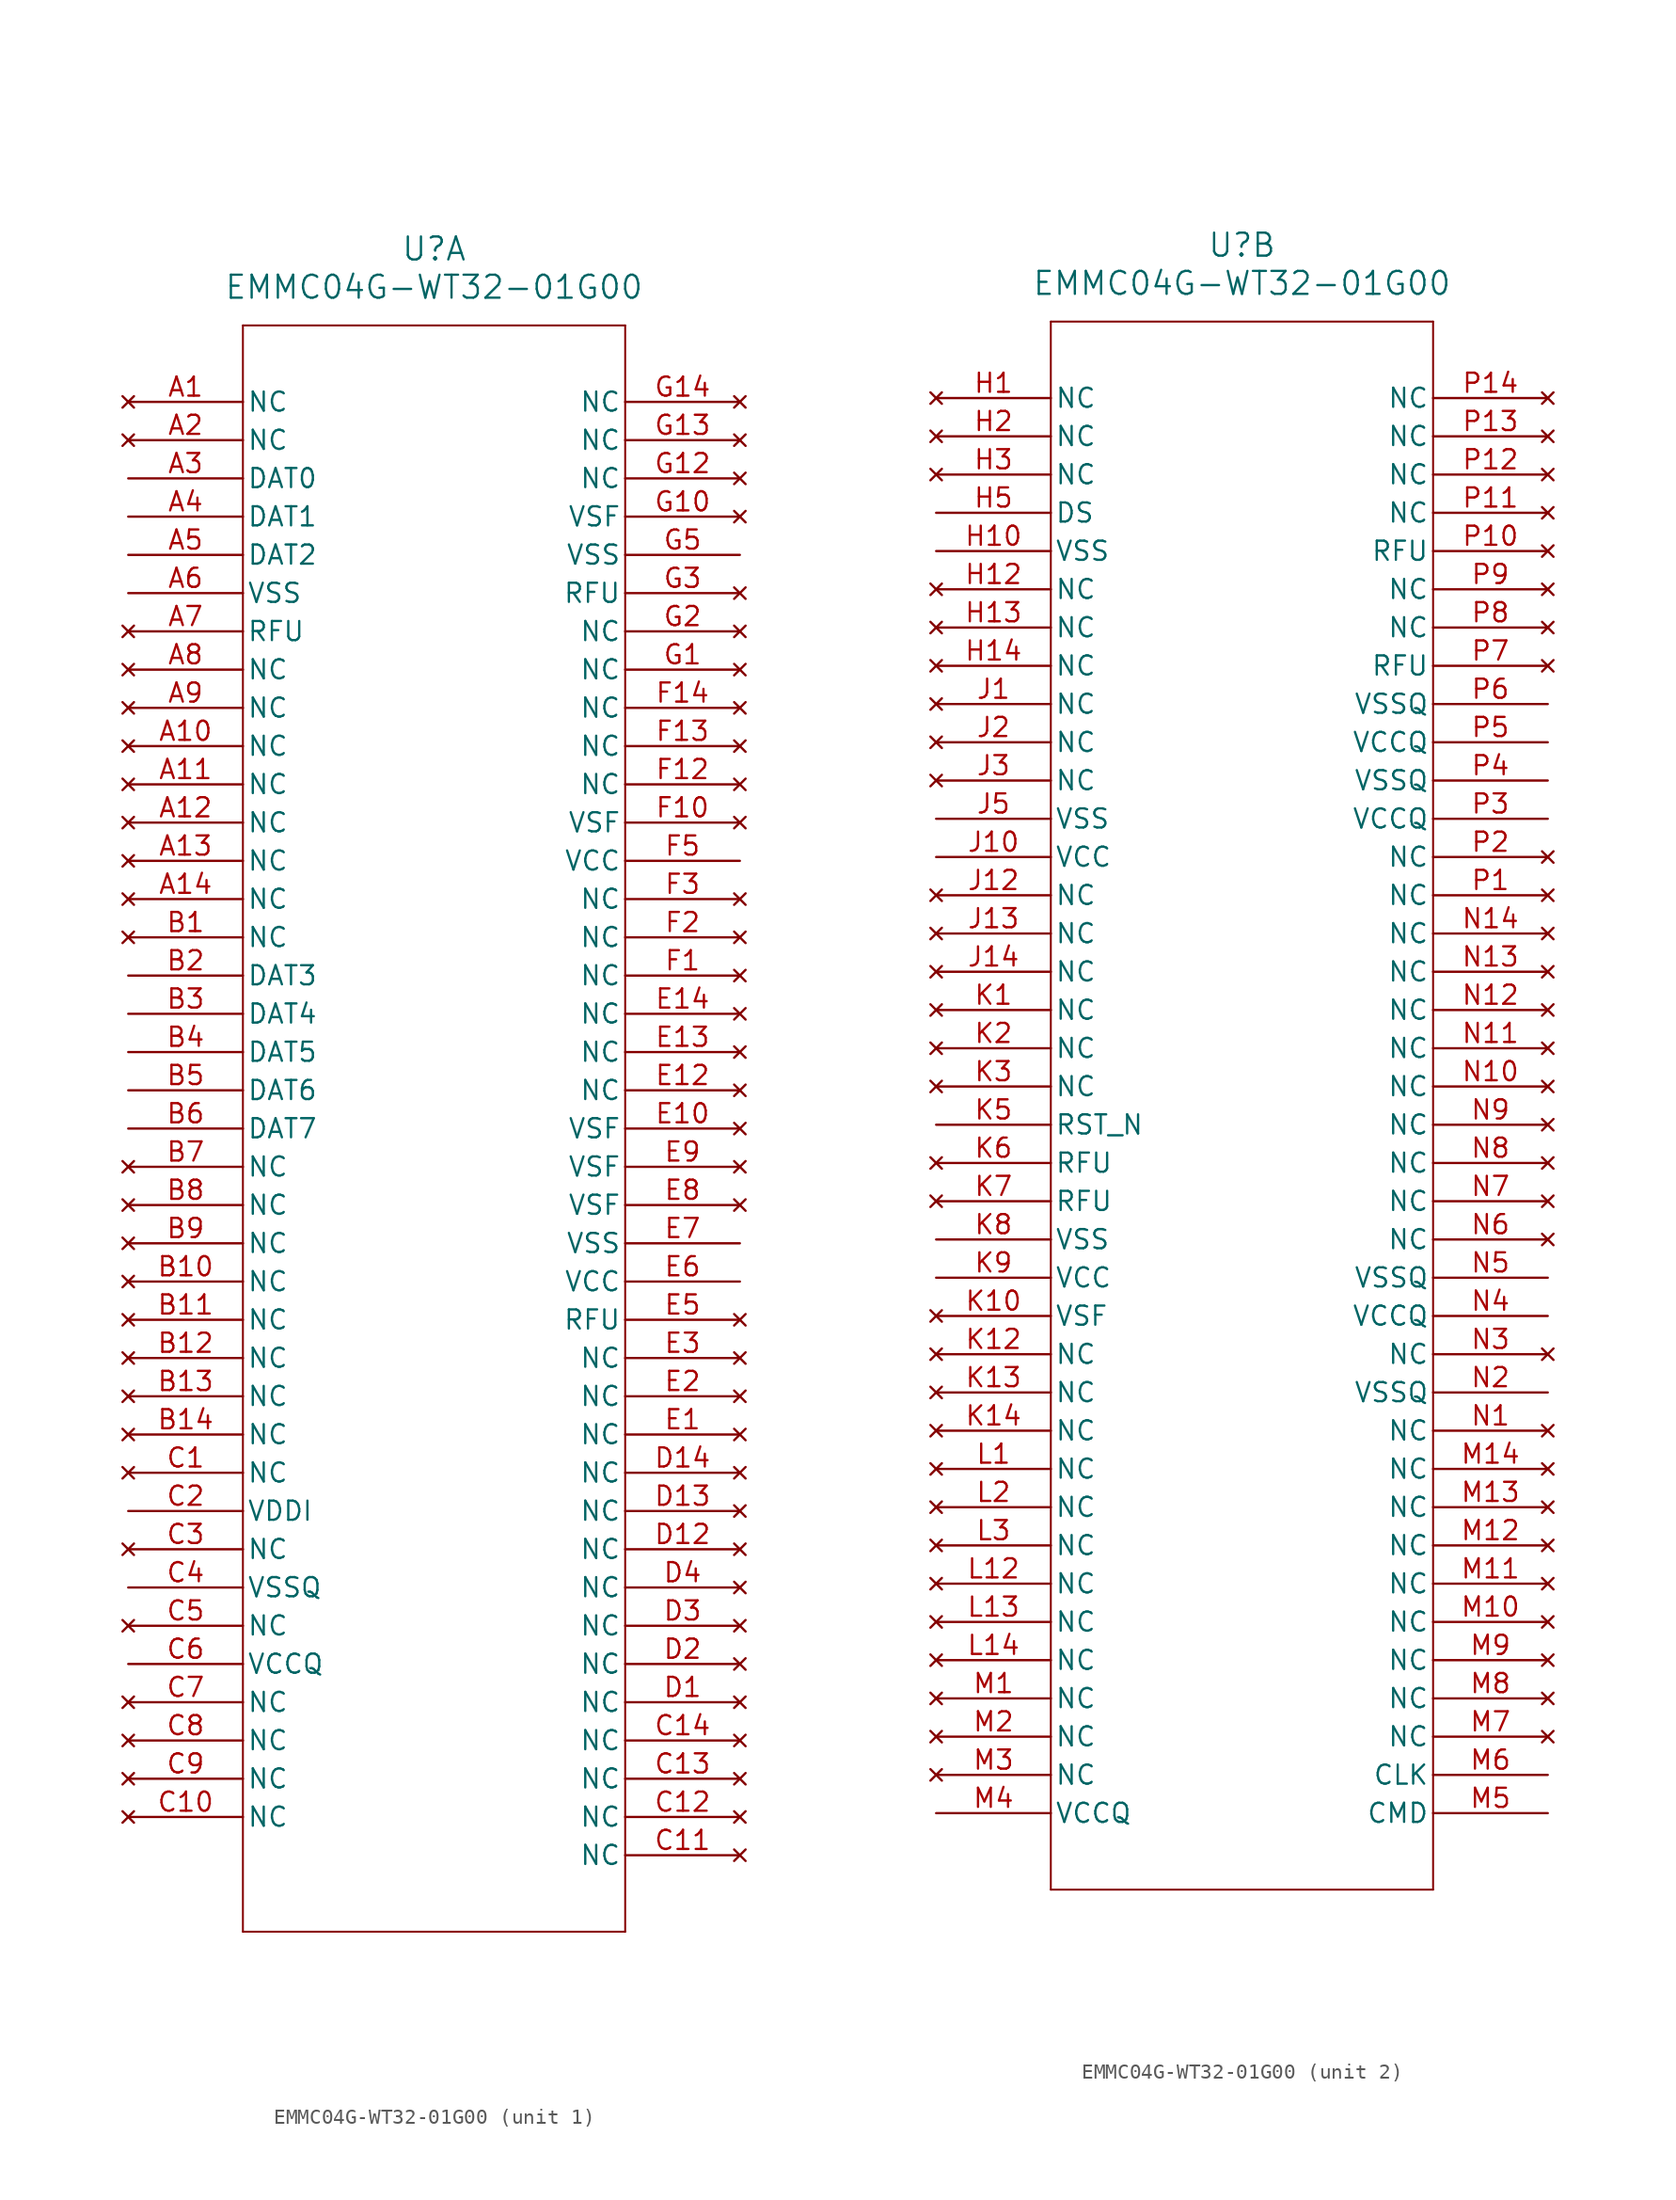
<source format=kicad_sym>
(kicad_symbol_lib
  (version 20211014)
  (generator kicad_symbol_editor)
  (symbol "EMMC04G-WT32-01G00"
    (pin_names
      (offset 0.254))
    (property "Reference" "U"
      (at 20.32 10.16 0)
      (effects (font (size 1.524 1.524))))
    (property "Value" "EMMC04G-WT32-01G00"
      (at 20.32 7.62 0)
      (effects (font (size 1.524 1.524))))
    (symbol "EMMC04G-WT32-01G00_1_1"
      (polyline (pts (xy 7.62 5.08) (xy 7.62 -101.6)) (stroke (width 0.127) (type default) (color 0 0 0 0)) (fill (type none)))
      (polyline (pts (xy 7.62 -101.6) (xy 33.02 -101.6)) (stroke (width 0.127) (type default) (color 0 0 0 0)) (fill (type none)))
      (polyline (pts (xy 33.02 -101.6) (xy 33.02 5.08)) (stroke (width 0.127) (type default) (color 0 0 0 0)) (fill (type none)))
      (polyline (pts (xy 33.02 5.08) (xy 7.62 5.08)) (stroke (width 0.127) (type default) (color 0 0 0 0)) (fill (type none)))
      (pin no_connect line (at 0 0 0) (length 7.62) (name "NC" (effects (font (size 1.27 1.27)))) (number "A1" (effects (font (size 1.27 1.27)))))
      (pin no_connect line (at 0 -2.54 0) (length 7.62) (name "NC" (effects (font (size 1.27 1.27)))) (number "A2" (effects (font (size 1.27 1.27)))))
      (pin bidirectional line (at 0 -5.08 0) (length 7.62) (name "DAT0" (effects (font (size 1.27 1.27)))) (number "A3" (effects (font (size 1.27 1.27)))))
      (pin bidirectional line (at 0 -7.62 0) (length 7.62) (name "DAT1" (effects (font (size 1.27 1.27)))) (number "A4" (effects (font (size 1.27 1.27)))))
      (pin bidirectional line (at 0 -10.16 0) (length 7.62) (name "DAT2" (effects (font (size 1.27 1.27)))) (number "A5" (effects (font (size 1.27 1.27)))))
      (pin power_out line (at 0 -12.7 0) (length 7.62) (name "VSS" (effects (font (size 1.27 1.27)))) (number "A6" (effects (font (size 1.27 1.27)))))
      (pin no_connect line (at 0 -15.24 0) (length 7.62) (name "RFU" (effects (font (size 1.27 1.27)))) (number "A7" (effects (font (size 1.27 1.27)))))
      (pin no_connect line (at 0 -17.78 0) (length 7.62) (name "NC" (effects (font (size 1.27 1.27)))) (number "A8" (effects (font (size 1.27 1.27)))))
      (pin no_connect line (at 0 -20.32 0) (length 7.62) (name "NC" (effects (font (size 1.27 1.27)))) (number "A9" (effects (font (size 1.27 1.27)))))
      (pin no_connect line (at 0 -22.86 0) (length 7.62) (name "NC" (effects (font (size 1.27 1.27)))) (number "A10" (effects (font (size 1.27 1.27)))))
      (pin no_connect line (at 0 -25.4 0) (length 7.62) (name "NC" (effects (font (size 1.27 1.27)))) (number "A11" (effects (font (size 1.27 1.27)))))
      (pin no_connect line (at 0 -27.94 0) (length 7.62) (name "NC" (effects (font (size 1.27 1.27)))) (number "A12" (effects (font (size 1.27 1.27)))))
      (pin no_connect line (at 0 -30.48 0) (length 7.62) (name "NC" (effects (font (size 1.27 1.27)))) (number "A13" (effects (font (size 1.27 1.27)))))
      (pin no_connect line (at 0 -33.02 0) (length 7.62) (name "NC" (effects (font (size 1.27 1.27)))) (number "A14" (effects (font (size 1.27 1.27)))))
      (pin no_connect line (at 0 -35.56 0) (length 7.62) (name "NC" (effects (font (size 1.27 1.27)))) (number "B1" (effects (font (size 1.27 1.27)))))
      (pin bidirectional line (at 0 -38.1 0) (length 7.62) (name "DAT3" (effects (font (size 1.27 1.27)))) (number "B2" (effects (font (size 1.27 1.27)))))
      (pin bidirectional line (at 0 -40.64 0) (length 7.62) (name "DAT4" (effects (font (size 1.27 1.27)))) (number "B3" (effects (font (size 1.27 1.27)))))
      (pin bidirectional line (at 0 -43.18 0) (length 7.62) (name "DAT5" (effects (font (size 1.27 1.27)))) (number "B4" (effects (font (size 1.27 1.27)))))
      (pin bidirectional line (at 0 -45.72 0) (length 7.62) (name "DAT6" (effects (font (size 1.27 1.27)))) (number "B5" (effects (font (size 1.27 1.27)))))
      (pin bidirectional line (at 0 -48.26 0) (length 7.62) (name "DAT7" (effects (font (size 1.27 1.27)))) (number "B6" (effects (font (size 1.27 1.27)))))
      (pin no_connect line (at 0 -50.8 0) (length 7.62) (name "NC" (effects (font (size 1.27 1.27)))) (number "B7" (effects (font (size 1.27 1.27)))))
      (pin no_connect line (at 0 -53.34 0) (length 7.62) (name "NC" (effects (font (size 1.27 1.27)))) (number "B8" (effects (font (size 1.27 1.27)))))
      (pin no_connect line (at 0 -55.88 0) (length 7.62) (name "NC" (effects (font (size 1.27 1.27)))) (number "B9" (effects (font (size 1.27 1.27)))))
      (pin no_connect line (at 0 -58.42 0) (length 7.62) (name "NC" (effects (font (size 1.27 1.27)))) (number "B10" (effects (font (size 1.27 1.27)))))
      (pin no_connect line (at 0 -60.96 0) (length 7.62) (name "NC" (effects (font (size 1.27 1.27)))) (number "B11" (effects (font (size 1.27 1.27)))))
      (pin no_connect line (at 0 -63.5 0) (length 7.62) (name "NC" (effects (font (size 1.27 1.27)))) (number "B12" (effects (font (size 1.27 1.27)))))
      (pin no_connect line (at 0 -66.04 0) (length 7.62) (name "NC" (effects (font (size 1.27 1.27)))) (number "B13" (effects (font (size 1.27 1.27)))))
      (pin no_connect line (at 0 -68.58 0) (length 7.62) (name "NC" (effects (font (size 1.27 1.27)))) (number "B14" (effects (font (size 1.27 1.27)))))
      (pin no_connect line (at 0 -71.12 0) (length 7.62) (name "NC" (effects (font (size 1.27 1.27)))) (number "C1" (effects (font (size 1.27 1.27)))))
      (pin power_in line (at 0 -73.66 0) (length 7.62) (name "VDDI" (effects (font (size 1.27 1.27)))) (number "C2" (effects (font (size 1.27 1.27)))))
      (pin no_connect line (at 0 -76.2 0) (length 7.62) (name "NC" (effects (font (size 1.27 1.27)))) (number "C3" (effects (font (size 1.27 1.27)))))
      (pin power_out line (at 0 -78.74 0) (length 7.62) (name "VSSQ" (effects (font (size 1.27 1.27)))) (number "C4" (effects (font (size 1.27 1.27)))))
      (pin no_connect line (at 0 -81.28 0) (length 7.62) (name "NC" (effects (font (size 1.27 1.27)))) (number "C5" (effects (font (size 1.27 1.27)))))
      (pin power_in line (at 0 -83.82 0) (length 7.62) (name "VCCQ" (effects (font (size 1.27 1.27)))) (number "C6" (effects (font (size 1.27 1.27)))))
      (pin no_connect line (at 0 -86.36 0) (length 7.62) (name "NC" (effects (font (size 1.27 1.27)))) (number "C7" (effects (font (size 1.27 1.27)))))
      (pin no_connect line (at 0 -88.9 0) (length 7.62) (name "NC" (effects (font (size 1.27 1.27)))) (number "C8" (effects (font (size 1.27 1.27)))))
      (pin no_connect line (at 0 -91.44 0) (length 7.62) (name "NC" (effects (font (size 1.27 1.27)))) (number "C9" (effects (font (size 1.27 1.27)))))
      (pin no_connect line (at 0 -93.98 0) (length 7.62) (name "NC" (effects (font (size 1.27 1.27)))) (number "C10" (effects (font (size 1.27 1.27)))))
      (pin no_connect line (at 40.64 -96.52 180) (length 7.62) (name "NC" (effects (font (size 1.27 1.27)))) (number "C11" (effects (font (size 1.27 1.27)))))
      (pin no_connect line (at 40.64 -93.98 180) (length 7.62) (name "NC" (effects (font (size 1.27 1.27)))) (number "C12" (effects (font (size 1.27 1.27)))))
      (pin no_connect line (at 40.64 -91.44 180) (length 7.62) (name "NC" (effects (font (size 1.27 1.27)))) (number "C13" (effects (font (size 1.27 1.27)))))
      (pin no_connect line (at 40.64 -88.9 180) (length 7.62) (name "NC" (effects (font (size 1.27 1.27)))) (number "C14" (effects (font (size 1.27 1.27)))))
      (pin no_connect line (at 40.64 -86.36 180) (length 7.62) (name "NC" (effects (font (size 1.27 1.27)))) (number "D1" (effects (font (size 1.27 1.27)))))
      (pin no_connect line (at 40.64 -83.82 180) (length 7.62) (name "NC" (effects (font (size 1.27 1.27)))) (number "D2" (effects (font (size 1.27 1.27)))))
      (pin no_connect line (at 40.64 -81.28 180) (length 7.62) (name "NC" (effects (font (size 1.27 1.27)))) (number "D3" (effects (font (size 1.27 1.27)))))
      (pin no_connect line (at 40.64 -78.74 180) (length 7.62) (name "NC" (effects (font (size 1.27 1.27)))) (number "D4" (effects (font (size 1.27 1.27)))))
      (pin no_connect line (at 40.64 -76.2 180) (length 7.62) (name "NC" (effects (font (size 1.27 1.27)))) (number "D12" (effects (font (size 1.27 1.27)))))
      (pin no_connect line (at 40.64 -73.66 180) (length 7.62) (name "NC" (effects (font (size 1.27 1.27)))) (number "D13" (effects (font (size 1.27 1.27)))))
      (pin no_connect line (at 40.64 -71.12 180) (length 7.62) (name "NC" (effects (font (size 1.27 1.27)))) (number "D14" (effects (font (size 1.27 1.27)))))
      (pin no_connect line (at 40.64 -68.58 180) (length 7.62) (name "NC" (effects (font (size 1.27 1.27)))) (number "E1" (effects (font (size 1.27 1.27)))))
      (pin no_connect line (at 40.64 -66.04 180) (length 7.62) (name "NC" (effects (font (size 1.27 1.27)))) (number "E2" (effects (font (size 1.27 1.27)))))
      (pin no_connect line (at 40.64 -63.5 180) (length 7.62) (name "NC" (effects (font (size 1.27 1.27)))) (number "E3" (effects (font (size 1.27 1.27)))))
      (pin no_connect line (at 40.64 -60.96 180) (length 7.62) (name "RFU" (effects (font (size 1.27 1.27)))) (number "E5" (effects (font (size 1.27 1.27)))))
      (pin power_in line (at 40.64 -58.42 180) (length 7.62) (name "VCC" (effects (font (size 1.27 1.27)))) (number "E6" (effects (font (size 1.27 1.27)))))
      (pin power_out line (at 40.64 -55.88 180) (length 7.62) (name "VSS" (effects (font (size 1.27 1.27)))) (number "E7" (effects (font (size 1.27 1.27)))))
      (pin no_connect line (at 40.64 -53.34 180) (length 7.62) (name "VSF" (effects (font (size 1.27 1.27)))) (number "E8" (effects (font (size 1.27 1.27)))))
      (pin no_connect line (at 40.64 -50.8 180) (length 7.62) (name "VSF" (effects (font (size 1.27 1.27)))) (number "E9" (effects (font (size 1.27 1.27)))))
      (pin no_connect line (at 40.64 -48.26 180) (length 7.62) (name "VSF" (effects (font (size 1.27 1.27)))) (number "E10" (effects (font (size 1.27 1.27)))))
      (pin no_connect line (at 40.64 -45.72 180) (length 7.62) (name "NC" (effects (font (size 1.27 1.27)))) (number "E12" (effects (font (size 1.27 1.27)))))
      (pin no_connect line (at 40.64 -43.18 180) (length 7.62) (name "NC" (effects (font (size 1.27 1.27)))) (number "E13" (effects (font (size 1.27 1.27)))))
      (pin no_connect line (at 40.64 -40.64 180) (length 7.62) (name "NC" (effects (font (size 1.27 1.27)))) (number "E14" (effects (font (size 1.27 1.27)))))
      (pin no_connect line (at 40.64 -38.1 180) (length 7.62) (name "NC" (effects (font (size 1.27 1.27)))) (number "F1" (effects (font (size 1.27 1.27)))))
      (pin no_connect line (at 40.64 -35.56 180) (length 7.62) (name "NC" (effects (font (size 1.27 1.27)))) (number "F2" (effects (font (size 1.27 1.27)))))
      (pin no_connect line (at 40.64 -33.02 180) (length 7.62) (name "NC" (effects (font (size 1.27 1.27)))) (number "F3" (effects (font (size 1.27 1.27)))))
      (pin power_in line (at 40.64 -30.48 180) (length 7.62) (name "VCC" (effects (font (size 1.27 1.27)))) (number "F5" (effects (font (size 1.27 1.27)))))
      (pin no_connect line (at 40.64 -27.94 180) (length 7.62) (name "VSF" (effects (font (size 1.27 1.27)))) (number "F10" (effects (font (size 1.27 1.27)))))
      (pin no_connect line (at 40.64 -25.4 180) (length 7.62) (name "NC" (effects (font (size 1.27 1.27)))) (number "F12" (effects (font (size 1.27 1.27)))))
      (pin no_connect line (at 40.64 -22.86 180) (length 7.62) (name "NC" (effects (font (size 1.27 1.27)))) (number "F13" (effects (font (size 1.27 1.27)))))
      (pin no_connect line (at 40.64 -20.32 180) (length 7.62) (name "NC" (effects (font (size 1.27 1.27)))) (number "F14" (effects (font (size 1.27 1.27)))))
      (pin no_connect line (at 40.64 -17.78 180) (length 7.62) (name "NC" (effects (font (size 1.27 1.27)))) (number "G1" (effects (font (size 1.27 1.27)))))
      (pin no_connect line (at 40.64 -15.24 180) (length 7.62) (name "NC" (effects (font (size 1.27 1.27)))) (number "G2" (effects (font (size 1.27 1.27)))))
      (pin no_connect line (at 40.64 -12.7 180) (length 7.62) (name "RFU" (effects (font (size 1.27 1.27)))) (number "G3" (effects (font (size 1.27 1.27)))))
      (pin power_out line (at 40.64 -10.16 180) (length 7.62) (name "VSS" (effects (font (size 1.27 1.27)))) (number "G5" (effects (font (size 1.27 1.27)))))
      (pin no_connect line (at 40.64 -7.62 180) (length 7.62) (name "VSF" (effects (font (size 1.27 1.27)))) (number "G10" (effects (font (size 1.27 1.27)))))
      (pin no_connect line (at 40.64 -5.08 180) (length 7.62) (name "NC" (effects (font (size 1.27 1.27)))) (number "G12" (effects (font (size 1.27 1.27)))))
      (pin no_connect line (at 40.64 -2.54 180) (length 7.62) (name "NC" (effects (font (size 1.27 1.27)))) (number "G13" (effects (font (size 1.27 1.27)))))
      (pin no_connect line (at 40.64 0 180) (length 7.62) (name "NC" (effects (font (size 1.27 1.27)))) (number "G14" (effects (font (size 1.27 1.27))))))
    (symbol "EMMC04G-WT32-01G00_2_1"
      (polyline (pts (xy 7.62 5.08) (xy 7.62 -99.06)) (stroke (width 0.127) (type default) (color 0 0 0 0)) (fill (type none)))
      (polyline (pts (xy 7.62 -99.06) (xy 33.02 -99.06)) (stroke (width 0.127) (type default) (color 0 0 0 0)) (fill (type none)))
      (polyline (pts (xy 33.02 -99.06) (xy 33.02 5.08)) (stroke (width 0.127) (type default) (color 0 0 0 0)) (fill (type none)))
      (polyline (pts (xy 33.02 5.08) (xy 7.62 5.08)) (stroke (width 0.127) (type default) (color 0 0 0 0)) (fill (type none)))
      (pin no_connect line (at 0 0 0) (length 7.62) (name "NC" (effects (font (size 1.27 1.27)))) (number "H1" (effects (font (size 1.27 1.27)))))
      (pin no_connect line (at 0 -2.54 0) (length 7.62) (name "NC" (effects (font (size 1.27 1.27)))) (number "H2" (effects (font (size 1.27 1.27)))))
      (pin no_connect line (at 0 -5.08 0) (length 7.62) (name "NC" (effects (font (size 1.27 1.27)))) (number "H3" (effects (font (size 1.27 1.27)))))
      (pin output line (at 0 -7.62 0) (length 7.62) (name "DS" (effects (font (size 1.27 1.27)))) (number "H5" (effects (font (size 1.27 1.27)))))
      (pin power_out line (at 0 -10.16 0) (length 7.62) (name "VSS" (effects (font (size 1.27 1.27)))) (number "H10" (effects (font (size 1.27 1.27)))))
      (pin no_connect line (at 0 -12.7 0) (length 7.62) (name "NC" (effects (font (size 1.27 1.27)))) (number "H12" (effects (font (size 1.27 1.27)))))
      (pin no_connect line (at 0 -15.24 0) (length 7.62) (name "NC" (effects (font (size 1.27 1.27)))) (number "H13" (effects (font (size 1.27 1.27)))))
      (pin no_connect line (at 0 -17.78 0) (length 7.62) (name "NC" (effects (font (size 1.27 1.27)))) (number "H14" (effects (font (size 1.27 1.27)))))
      (pin no_connect line (at 0 -20.32 0) (length 7.62) (name "NC" (effects (font (size 1.27 1.27)))) (number "J1" (effects (font (size 1.27 1.27)))))
      (pin no_connect line (at 0 -22.86 0) (length 7.62) (name "NC" (effects (font (size 1.27 1.27)))) (number "J2" (effects (font (size 1.27 1.27)))))
      (pin no_connect line (at 0 -25.4 0) (length 7.62) (name "NC" (effects (font (size 1.27 1.27)))) (number "J3" (effects (font (size 1.27 1.27)))))
      (pin power_out line (at 0 -27.94 0) (length 7.62) (name "VSS" (effects (font (size 1.27 1.27)))) (number "J5" (effects (font (size 1.27 1.27)))))
      (pin power_in line (at 0 -30.48 0) (length 7.62) (name "VCC" (effects (font (size 1.27 1.27)))) (number "J10" (effects (font (size 1.27 1.27)))))
      (pin no_connect line (at 0 -33.02 0) (length 7.62) (name "NC" (effects (font (size 1.27 1.27)))) (number "J12" (effects (font (size 1.27 1.27)))))
      (pin no_connect line (at 0 -35.56 0) (length 7.62) (name "NC" (effects (font (size 1.27 1.27)))) (number "J13" (effects (font (size 1.27 1.27)))))
      (pin no_connect line (at 0 -38.1 0) (length 7.62) (name "NC" (effects (font (size 1.27 1.27)))) (number "J14" (effects (font (size 1.27 1.27)))))
      (pin no_connect line (at 0 -40.64 0) (length 7.62) (name "NC" (effects (font (size 1.27 1.27)))) (number "K1" (effects (font (size 1.27 1.27)))))
      (pin no_connect line (at 0 -43.18 0) (length 7.62) (name "NC" (effects (font (size 1.27 1.27)))) (number "K2" (effects (font (size 1.27 1.27)))))
      (pin no_connect line (at 0 -45.72 0) (length 7.62) (name "NC" (effects (font (size 1.27 1.27)))) (number "K3" (effects (font (size 1.27 1.27)))))
      (pin input line (at 0 -48.26 0) (length 7.62) (name "RST_N" (effects (font (size 1.27 1.27)))) (number "K5" (effects (font (size 1.27 1.27)))))
      (pin no_connect line (at 0 -50.8 0) (length 7.62) (name "RFU" (effects (font (size 1.27 1.27)))) (number "K6" (effects (font (size 1.27 1.27)))))
      (pin no_connect line (at 0 -53.34 0) (length 7.62) (name "RFU" (effects (font (size 1.27 1.27)))) (number "K7" (effects (font (size 1.27 1.27)))))
      (pin power_out line (at 0 -55.88 0) (length 7.62) (name "VSS" (effects (font (size 1.27 1.27)))) (number "K8" (effects (font (size 1.27 1.27)))))
      (pin power_in line (at 0 -58.42 0) (length 7.62) (name "VCC" (effects (font (size 1.27 1.27)))) (number "K9" (effects (font (size 1.27 1.27)))))
      (pin no_connect line (at 0 -60.96 0) (length 7.62) (name "VSF" (effects (font (size 1.27 1.27)))) (number "K10" (effects (font (size 1.27 1.27)))))
      (pin no_connect line (at 0 -63.5 0) (length 7.62) (name "NC" (effects (font (size 1.27 1.27)))) (number "K12" (effects (font (size 1.27 1.27)))))
      (pin no_connect line (at 0 -66.04 0) (length 7.62) (name "NC" (effects (font (size 1.27 1.27)))) (number "K13" (effects (font (size 1.27 1.27)))))
      (pin no_connect line (at 0 -68.58 0) (length 7.62) (name "NC" (effects (font (size 1.27 1.27)))) (number "K14" (effects (font (size 1.27 1.27)))))
      (pin no_connect line (at 0 -71.12 0) (length 7.62) (name "NC" (effects (font (size 1.27 1.27)))) (number "L1" (effects (font (size 1.27 1.27)))))
      (pin no_connect line (at 0 -73.66 0) (length 7.62) (name "NC" (effects (font (size 1.27 1.27)))) (number "L2" (effects (font (size 1.27 1.27)))))
      (pin no_connect line (at 0 -76.2 0) (length 7.62) (name "NC" (effects (font (size 1.27 1.27)))) (number "L3" (effects (font (size 1.27 1.27)))))
      (pin no_connect line (at 0 -78.74 0) (length 7.62) (name "NC" (effects (font (size 1.27 1.27)))) (number "L12" (effects (font (size 1.27 1.27)))))
      (pin no_connect line (at 0 -81.28 0) (length 7.62) (name "NC" (effects (font (size 1.27 1.27)))) (number "L13" (effects (font (size 1.27 1.27)))))
      (pin no_connect line (at 0 -83.82 0) (length 7.62) (name "NC" (effects (font (size 1.27 1.27)))) (number "L14" (effects (font (size 1.27 1.27)))))
      (pin no_connect line (at 0 -86.36 0) (length 7.62) (name "NC" (effects (font (size 1.27 1.27)))) (number "M1" (effects (font (size 1.27 1.27)))))
      (pin no_connect line (at 0 -88.9 0) (length 7.62) (name "NC" (effects (font (size 1.27 1.27)))) (number "M2" (effects (font (size 1.27 1.27)))))
      (pin no_connect line (at 0 -91.44 0) (length 7.62) (name "NC" (effects (font (size 1.27 1.27)))) (number "M3" (effects (font (size 1.27 1.27)))))
      (pin power_in line (at 0 -93.98 0) (length 7.62) (name "VCCQ" (effects (font (size 1.27 1.27)))) (number "M4" (effects (font (size 1.27 1.27)))))
      (pin bidirectional line (at 40.64 -93.98 180) (length 7.62) (name "CMD" (effects (font (size 1.27 1.27)))) (number "M5" (effects (font (size 1.27 1.27)))))
      (pin input line (at 40.64 -91.44 180) (length 7.62) (name "CLK" (effects (font (size 1.27 1.27)))) (number "M6" (effects (font (size 1.27 1.27)))))
      (pin no_connect line (at 40.64 -88.9 180) (length 7.62) (name "NC" (effects (font (size 1.27 1.27)))) (number "M7" (effects (font (size 1.27 1.27)))))
      (pin no_connect line (at 40.64 -86.36 180) (length 7.62) (name "NC" (effects (font (size 1.27 1.27)))) (number "M8" (effects (font (size 1.27 1.27)))))
      (pin no_connect line (at 40.64 -83.82 180) (length 7.62) (name "NC" (effects (font (size 1.27 1.27)))) (number "M9" (effects (font (size 1.27 1.27)))))
      (pin no_connect line (at 40.64 -81.28 180) (length 7.62) (name "NC" (effects (font (size 1.27 1.27)))) (number "M10" (effects (font (size 1.27 1.27)))))
      (pin no_connect line (at 40.64 -78.74 180) (length 7.62) (name "NC" (effects (font (size 1.27 1.27)))) (number "M11" (effects (font (size 1.27 1.27)))))
      (pin no_connect line (at 40.64 -76.2 180) (length 7.62) (name "NC" (effects (font (size 1.27 1.27)))) (number "M12" (effects (font (size 1.27 1.27)))))
      (pin no_connect line (at 40.64 -73.66 180) (length 7.62) (name "NC" (effects (font (size 1.27 1.27)))) (number "M13" (effects (font (size 1.27 1.27)))))
      (pin no_connect line (at 40.64 -71.12 180) (length 7.62) (name "NC" (effects (font (size 1.27 1.27)))) (number "M14" (effects (font (size 1.27 1.27)))))
      (pin no_connect line (at 40.64 -68.58 180) (length 7.62) (name "NC" (effects (font (size 1.27 1.27)))) (number "N1" (effects (font (size 1.27 1.27)))))
      (pin power_out line (at 40.64 -66.04 180) (length 7.62) (name "VSSQ" (effects (font (size 1.27 1.27)))) (number "N2" (effects (font (size 1.27 1.27)))))
      (pin no_connect line (at 40.64 -63.5 180) (length 7.62) (name "NC" (effects (font (size 1.27 1.27)))) (number "N3" (effects (font (size 1.27 1.27)))))
      (pin power_in line (at 40.64 -60.96 180) (length 7.62) (name "VCCQ" (effects (font (size 1.27 1.27)))) (number "N4" (effects (font (size 1.27 1.27)))))
      (pin power_out line (at 40.64 -58.42 180) (length 7.62) (name "VSSQ" (effects (font (size 1.27 1.27)))) (number "N5" (effects (font (size 1.27 1.27)))))
      (pin no_connect line (at 40.64 -55.88 180) (length 7.62) (name "NC" (effects (font (size 1.27 1.27)))) (number "N6" (effects (font (size 1.27 1.27)))))
      (pin no_connect line (at 40.64 -53.34 180) (length 7.62) (name "NC" (effects (font (size 1.27 1.27)))) (number "N7" (effects (font (size 1.27 1.27)))))
      (pin no_connect line (at 40.64 -50.8 180) (length 7.62) (name "NC" (effects (font (size 1.27 1.27)))) (number "N8" (effects (font (size 1.27 1.27)))))
      (pin no_connect line (at 40.64 -48.26 180) (length 7.62) (name "NC" (effects (font (size 1.27 1.27)))) (number "N9" (effects (font (size 1.27 1.27)))))
      (pin no_connect line (at 40.64 -45.72 180) (length 7.62) (name "NC" (effects (font (size 1.27 1.27)))) (number "N10" (effects (font (size 1.27 1.27)))))
      (pin no_connect line (at 40.64 -43.18 180) (length 7.62) (name "NC" (effects (font (size 1.27 1.27)))) (number "N11" (effects (font (size 1.27 1.27)))))
      (pin no_connect line (at 40.64 -40.64 180) (length 7.62) (name "NC" (effects (font (size 1.27 1.27)))) (number "N12" (effects (font (size 1.27 1.27)))))
      (pin no_connect line (at 40.64 -38.1 180) (length 7.62) (name "NC" (effects (font (size 1.27 1.27)))) (number "N13" (effects (font (size 1.27 1.27)))))
      (pin no_connect line (at 40.64 -35.56 180) (length 7.62) (name "NC" (effects (font (size 1.27 1.27)))) (number "N14" (effects (font (size 1.27 1.27)))))
      (pin no_connect line (at 40.64 -33.02 180) (length 7.62) (name "NC" (effects (font (size 1.27 1.27)))) (number "P1" (effects (font (size 1.27 1.27)))))
      (pin no_connect line (at 40.64 -30.48 180) (length 7.62) (name "NC" (effects (font (size 1.27 1.27)))) (number "P2" (effects (font (size 1.27 1.27)))))
      (pin power_in line (at 40.64 -27.94 180) (length 7.62) (name "VCCQ" (effects (font (size 1.27 1.27)))) (number "P3" (effects (font (size 1.27 1.27)))))
      (pin power_out line (at 40.64 -25.4 180) (length 7.62) (name "VSSQ" (effects (font (size 1.27 1.27)))) (number "P4" (effects (font (size 1.27 1.27)))))
      (pin power_in line (at 40.64 -22.86 180) (length 7.62) (name "VCCQ" (effects (font (size 1.27 1.27)))) (number "P5" (effects (font (size 1.27 1.27)))))
      (pin power_out line (at 40.64 -20.32 180) (length 7.62) (name "VSSQ" (effects (font (size 1.27 1.27)))) (number "P6" (effects (font (size 1.27 1.27)))))
      (pin no_connect line (at 40.64 -17.78 180) (length 7.62) (name "RFU" (effects (font (size 1.27 1.27)))) (number "P7" (effects (font (size 1.27 1.27)))))
      (pin no_connect line (at 40.64 -15.24 180) (length 7.62) (name "NC" (effects (font (size 1.27 1.27)))) (number "P8" (effects (font (size 1.27 1.27)))))
      (pin no_connect line (at 40.64 -12.7 180) (length 7.62) (name "NC" (effects (font (size 1.27 1.27)))) (number "P9" (effects (font (size 1.27 1.27)))))
      (pin no_connect line (at 40.64 -10.16 180) (length 7.62) (name "RFU" (effects (font (size 1.27 1.27)))) (number "P10" (effects (font (size 1.27 1.27)))))
      (pin no_connect line (at 40.64 -7.62 180) (length 7.62) (name "NC" (effects (font (size 1.27 1.27)))) (number "P11" (effects (font (size 1.27 1.27)))))
      (pin no_connect line (at 40.64 -5.08 180) (length 7.62) (name "NC" (effects (font (size 1.27 1.27)))) (number "P12" (effects (font (size 1.27 1.27)))))
      (pin no_connect line (at 40.64 -2.54 180) (length 7.62) (name "NC" (effects (font (size 1.27 1.27)))) (number "P13" (effects (font (size 1.27 1.27)))))
      (pin no_connect line (at 40.64 0 180) (length 7.62) (name "NC" (effects (font (size 1.27 1.27)))) (number "P14" (effects (font (size 1.27 1.27))))))))
</source>
